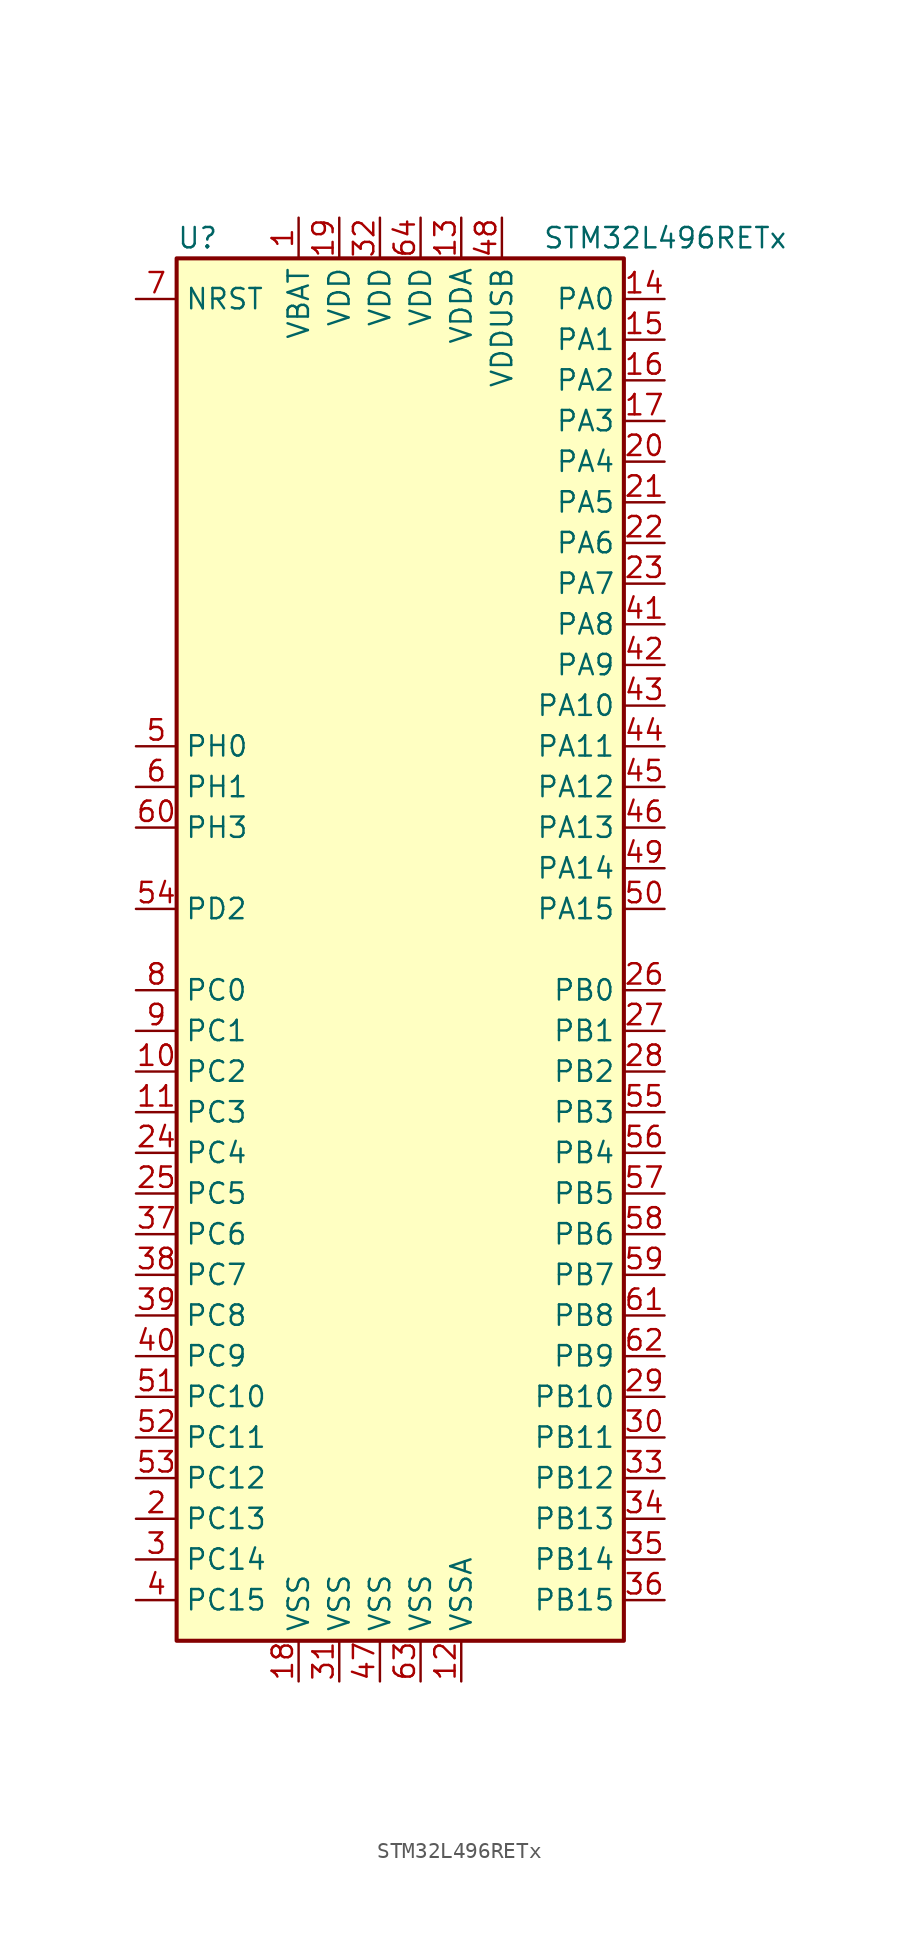
<source format=kicad_sym>
(kicad_symbol_lib
  (version 20211014)
  (generator kicad_symbol_editor)
  (symbol "STM32L496RETx"
    (property "Reference" "U"
      (at -15.24 44.45 0)
      (effects (font (size 1.27 1.27)) (justify left)))
    (property "Value" "STM32L496RETx"
      (at 7.62 44.45 0)
      (effects (font (size 1.27 1.27)) (justify left)))
    (symbol "STM32L496RETx_0_1"
      (rectangle (start -15.24 -43.18) (end 12.7 43.18) (stroke (width 0.254) (type default) (color 0 0 0 0)) (fill (type background))))
    (symbol "STM32L496RETx_1_1"
      (pin power_in line (at -7.62 45.72 270) (length 2.54) (name "VBAT" (effects (font (size 1.27 1.27)))) (number "1" (effects (font (size 1.27 1.27)))))
      (pin bidirectional line (at -17.78 -7.62 0) (length 2.54) (name "PC2" (effects (font (size 1.27 1.27)))) (number "10" (effects (font (size 1.27 1.27)))))
      (pin bidirectional line (at -17.78 -10.16 0) (length 2.54) (name "PC3" (effects (font (size 1.27 1.27)))) (number "11" (effects (font (size 1.27 1.27)))))
      (pin power_in line (at 2.54 -45.72 90) (length 2.54) (name "VSSA" (effects (font (size 1.27 1.27)))) (number "12" (effects (font (size 1.27 1.27)))))
      (pin power_in line (at 2.54 45.72 270) (length 2.54) (name "VDDA" (effects (font (size 1.27 1.27)))) (number "13" (effects (font (size 1.27 1.27)))))
      (pin bidirectional line (at 15.24 40.64 180) (length 2.54) (name "PA0" (effects (font (size 1.27 1.27)))) (number "14" (effects (font (size 1.27 1.27)))))
      (pin bidirectional line (at 15.24 38.1 180) (length 2.54) (name "PA1" (effects (font (size 1.27 1.27)))) (number "15" (effects (font (size 1.27 1.27)))))
      (pin bidirectional line (at 15.24 35.56 180) (length 2.54) (name "PA2" (effects (font (size 1.27 1.27)))) (number "16" (effects (font (size 1.27 1.27)))))
      (pin bidirectional line (at 15.24 33.02 180) (length 2.54) (name "PA3" (effects (font (size 1.27 1.27)))) (number "17" (effects (font (size 1.27 1.27)))))
      (pin power_in line (at -7.62 -45.72 90) (length 2.54) (name "VSS" (effects (font (size 1.27 1.27)))) (number "18" (effects (font (size 1.27 1.27)))))
      (pin power_in line (at -5.08 45.72 270) (length 2.54) (name "VDD" (effects (font (size 1.27 1.27)))) (number "19" (effects (font (size 1.27 1.27)))))
      (pin bidirectional line (at -17.78 -35.56 0) (length 2.54) (name "PC13" (effects (font (size 1.27 1.27)))) (number "2" (effects (font (size 1.27 1.27)))))
      (pin bidirectional line (at 15.24 30.48 180) (length 2.54) (name "PA4" (effects (font (size 1.27 1.27)))) (number "20" (effects (font (size 1.27 1.27)))))
      (pin bidirectional line (at 15.24 27.94 180) (length 2.54) (name "PA5" (effects (font (size 1.27 1.27)))) (number "21" (effects (font (size 1.27 1.27)))))
      (pin bidirectional line (at 15.24 25.4 180) (length 2.54) (name "PA6" (effects (font (size 1.27 1.27)))) (number "22" (effects (font (size 1.27 1.27)))))
      (pin bidirectional line (at 15.24 22.86 180) (length 2.54) (name "PA7" (effects (font (size 1.27 1.27)))) (number "23" (effects (font (size 1.27 1.27)))))
      (pin bidirectional line (at -17.78 -12.7 0) (length 2.54) (name "PC4" (effects (font (size 1.27 1.27)))) (number "24" (effects (font (size 1.27 1.27)))))
      (pin bidirectional line (at -17.78 -15.24 0) (length 2.54) (name "PC5" (effects (font (size 1.27 1.27)))) (number "25" (effects (font (size 1.27 1.27)))))
      (pin bidirectional line (at 15.24 -2.54 180) (length 2.54) (name "PB0" (effects (font (size 1.27 1.27)))) (number "26" (effects (font (size 1.27 1.27)))))
      (pin bidirectional line (at 15.24 -5.08 180) (length 2.54) (name "PB1" (effects (font (size 1.27 1.27)))) (number "27" (effects (font (size 1.27 1.27)))))
      (pin bidirectional line (at 15.24 -7.62 180) (length 2.54) (name "PB2" (effects (font (size 1.27 1.27)))) (number "28" (effects (font (size 1.27 1.27)))))
      (pin bidirectional line (at 15.24 -27.94 180) (length 2.54) (name "PB10" (effects (font (size 1.27 1.27)))) (number "29" (effects (font (size 1.27 1.27)))))
      (pin bidirectional line (at -17.78 -38.1 0) (length 2.54) (name "PC14" (effects (font (size 1.27 1.27)))) (number "3" (effects (font (size 1.27 1.27)))))
      (pin bidirectional line (at 15.24 -30.48 180) (length 2.54) (name "PB11" (effects (font (size 1.27 1.27)))) (number "30" (effects (font (size 1.27 1.27)))))
      (pin power_in line (at -5.08 -45.72 90) (length 2.54) (name "VSS" (effects (font (size 1.27 1.27)))) (number "31" (effects (font (size 1.27 1.27)))))
      (pin power_in line (at -2.54 45.72 270) (length 2.54) (name "VDD" (effects (font (size 1.27 1.27)))) (number "32" (effects (font (size 1.27 1.27)))))
      (pin bidirectional line (at 15.24 -33.02 180) (length 2.54) (name "PB12" (effects (font (size 1.27 1.27)))) (number "33" (effects (font (size 1.27 1.27)))))
      (pin bidirectional line (at 15.24 -35.56 180) (length 2.54) (name "PB13" (effects (font (size 1.27 1.27)))) (number "34" (effects (font (size 1.27 1.27)))))
      (pin bidirectional line (at 15.24 -38.1 180) (length 2.54) (name "PB14" (effects (font (size 1.27 1.27)))) (number "35" (effects (font (size 1.27 1.27)))))
      (pin bidirectional line (at 15.24 -40.64 180) (length 2.54) (name "PB15" (effects (font (size 1.27 1.27)))) (number "36" (effects (font (size 1.27 1.27)))))
      (pin bidirectional line (at -17.78 -17.78 0) (length 2.54) (name "PC6" (effects (font (size 1.27 1.27)))) (number "37" (effects (font (size 1.27 1.27)))))
      (pin bidirectional line (at -17.78 -20.32 0) (length 2.54) (name "PC7" (effects (font (size 1.27 1.27)))) (number "38" (effects (font (size 1.27 1.27)))))
      (pin bidirectional line (at -17.78 -22.86 0) (length 2.54) (name "PC8" (effects (font (size 1.27 1.27)))) (number "39" (effects (font (size 1.27 1.27)))))
      (pin bidirectional line (at -17.78 -40.64 0) (length 2.54) (name "PC15" (effects (font (size 1.27 1.27)))) (number "4" (effects (font (size 1.27 1.27)))))
      (pin bidirectional line (at -17.78 -25.4 0) (length 2.54) (name "PC9" (effects (font (size 1.27 1.27)))) (number "40" (effects (font (size 1.27 1.27)))))
      (pin bidirectional line (at 15.24 20.32 180) (length 2.54) (name "PA8" (effects (font (size 1.27 1.27)))) (number "41" (effects (font (size 1.27 1.27)))))
      (pin bidirectional line (at 15.24 17.78 180) (length 2.54) (name "PA9" (effects (font (size 1.27 1.27)))) (number "42" (effects (font (size 1.27 1.27)))))
      (pin bidirectional line (at 15.24 15.24 180) (length 2.54) (name "PA10" (effects (font (size 1.27 1.27)))) (number "43" (effects (font (size 1.27 1.27)))))
      (pin bidirectional line (at 15.24 12.7 180) (length 2.54) (name "PA11" (effects (font (size 1.27 1.27)))) (number "44" (effects (font (size 1.27 1.27)))))
      (pin bidirectional line (at 15.24 10.16 180) (length 2.54) (name "PA12" (effects (font (size 1.27 1.27)))) (number "45" (effects (font (size 1.27 1.27)))))
      (pin bidirectional line (at 15.24 7.62 180) (length 2.54) (name "PA13" (effects (font (size 1.27 1.27)))) (number "46" (effects (font (size 1.27 1.27)))))
      (pin power_in line (at -2.54 -45.72 90) (length 2.54) (name "VSS" (effects (font (size 1.27 1.27)))) (number "47" (effects (font (size 1.27 1.27)))))
      (pin power_in line (at 5.08 45.72 270) (length 2.54) (name "VDDUSB" (effects (font (size 1.27 1.27)))) (number "48" (effects (font (size 1.27 1.27)))))
      (pin bidirectional line (at 15.24 5.08 180) (length 2.54) (name "PA14" (effects (font (size 1.27 1.27)))) (number "49" (effects (font (size 1.27 1.27)))))
      (pin input line (at -17.78 12.7 0) (length 2.54) (name "PH0" (effects (font (size 1.27 1.27)))) (number "5" (effects (font (size 1.27 1.27)))))
      (pin bidirectional line (at 15.24 2.54 180) (length 2.54) (name "PA15" (effects (font (size 1.27 1.27)))) (number "50" (effects (font (size 1.27 1.27)))))
      (pin bidirectional line (at -17.78 -27.94 0) (length 2.54) (name "PC10" (effects (font (size 1.27 1.27)))) (number "51" (effects (font (size 1.27 1.27)))))
      (pin bidirectional line (at -17.78 -30.48 0) (length 2.54) (name "PC11" (effects (font (size 1.27 1.27)))) (number "52" (effects (font (size 1.27 1.27)))))
      (pin bidirectional line (at -17.78 -33.02 0) (length 2.54) (name "PC12" (effects (font (size 1.27 1.27)))) (number "53" (effects (font (size 1.27 1.27)))))
      (pin bidirectional line (at -17.78 2.54 0) (length 2.54) (name "PD2" (effects (font (size 1.27 1.27)))) (number "54" (effects (font (size 1.27 1.27)))))
      (pin bidirectional line (at 15.24 -10.16 180) (length 2.54) (name "PB3" (effects (font (size 1.27 1.27)))) (number "55" (effects (font (size 1.27 1.27)))))
      (pin bidirectional line (at 15.24 -12.7 180) (length 2.54) (name "PB4" (effects (font (size 1.27 1.27)))) (number "56" (effects (font (size 1.27 1.27)))))
      (pin bidirectional line (at 15.24 -15.24 180) (length 2.54) (name "PB5" (effects (font (size 1.27 1.27)))) (number "57" (effects (font (size 1.27 1.27)))))
      (pin bidirectional line (at 15.24 -17.78 180) (length 2.54) (name "PB6" (effects (font (size 1.27 1.27)))) (number "58" (effects (font (size 1.27 1.27)))))
      (pin bidirectional line (at 15.24 -20.32 180) (length 2.54) (name "PB7" (effects (font (size 1.27 1.27)))) (number "59" (effects (font (size 1.27 1.27)))))
      (pin input line (at -17.78 10.16 0) (length 2.54) (name "PH1" (effects (font (size 1.27 1.27)))) (number "6" (effects (font (size 1.27 1.27)))))
      (pin bidirectional line (at -17.78 7.62 0) (length 2.54) (name "PH3" (effects (font (size 1.27 1.27)))) (number "60" (effects (font (size 1.27 1.27)))))
      (pin bidirectional line (at 15.24 -22.86 180) (length 2.54) (name "PB8" (effects (font (size 1.27 1.27)))) (number "61" (effects (font (size 1.27 1.27)))))
      (pin bidirectional line (at 15.24 -25.4 180) (length 2.54) (name "PB9" (effects (font (size 1.27 1.27)))) (number "62" (effects (font (size 1.27 1.27)))))
      (pin power_in line (at 0 -45.72 90) (length 2.54) (name "VSS" (effects (font (size 1.27 1.27)))) (number "63" (effects (font (size 1.27 1.27)))))
      (pin power_in line (at 0 45.72 270) (length 2.54) (name "VDD" (effects (font (size 1.27 1.27)))) (number "64" (effects (font (size 1.27 1.27)))))
      (pin input line (at -17.78 40.64 0) (length 2.54) (name "NRST" (effects (font (size 1.27 1.27)))) (number "7" (effects (font (size 1.27 1.27)))))
      (pin bidirectional line (at -17.78 -2.54 0) (length 2.54) (name "PC0" (effects (font (size 1.27 1.27)))) (number "8" (effects (font (size 1.27 1.27)))))
      (pin bidirectional line (at -17.78 -5.08 0) (length 2.54) (name "PC1" (effects (font (size 1.27 1.27)))) (number "9" (effects (font (size 1.27 1.27))))))))
</source>
